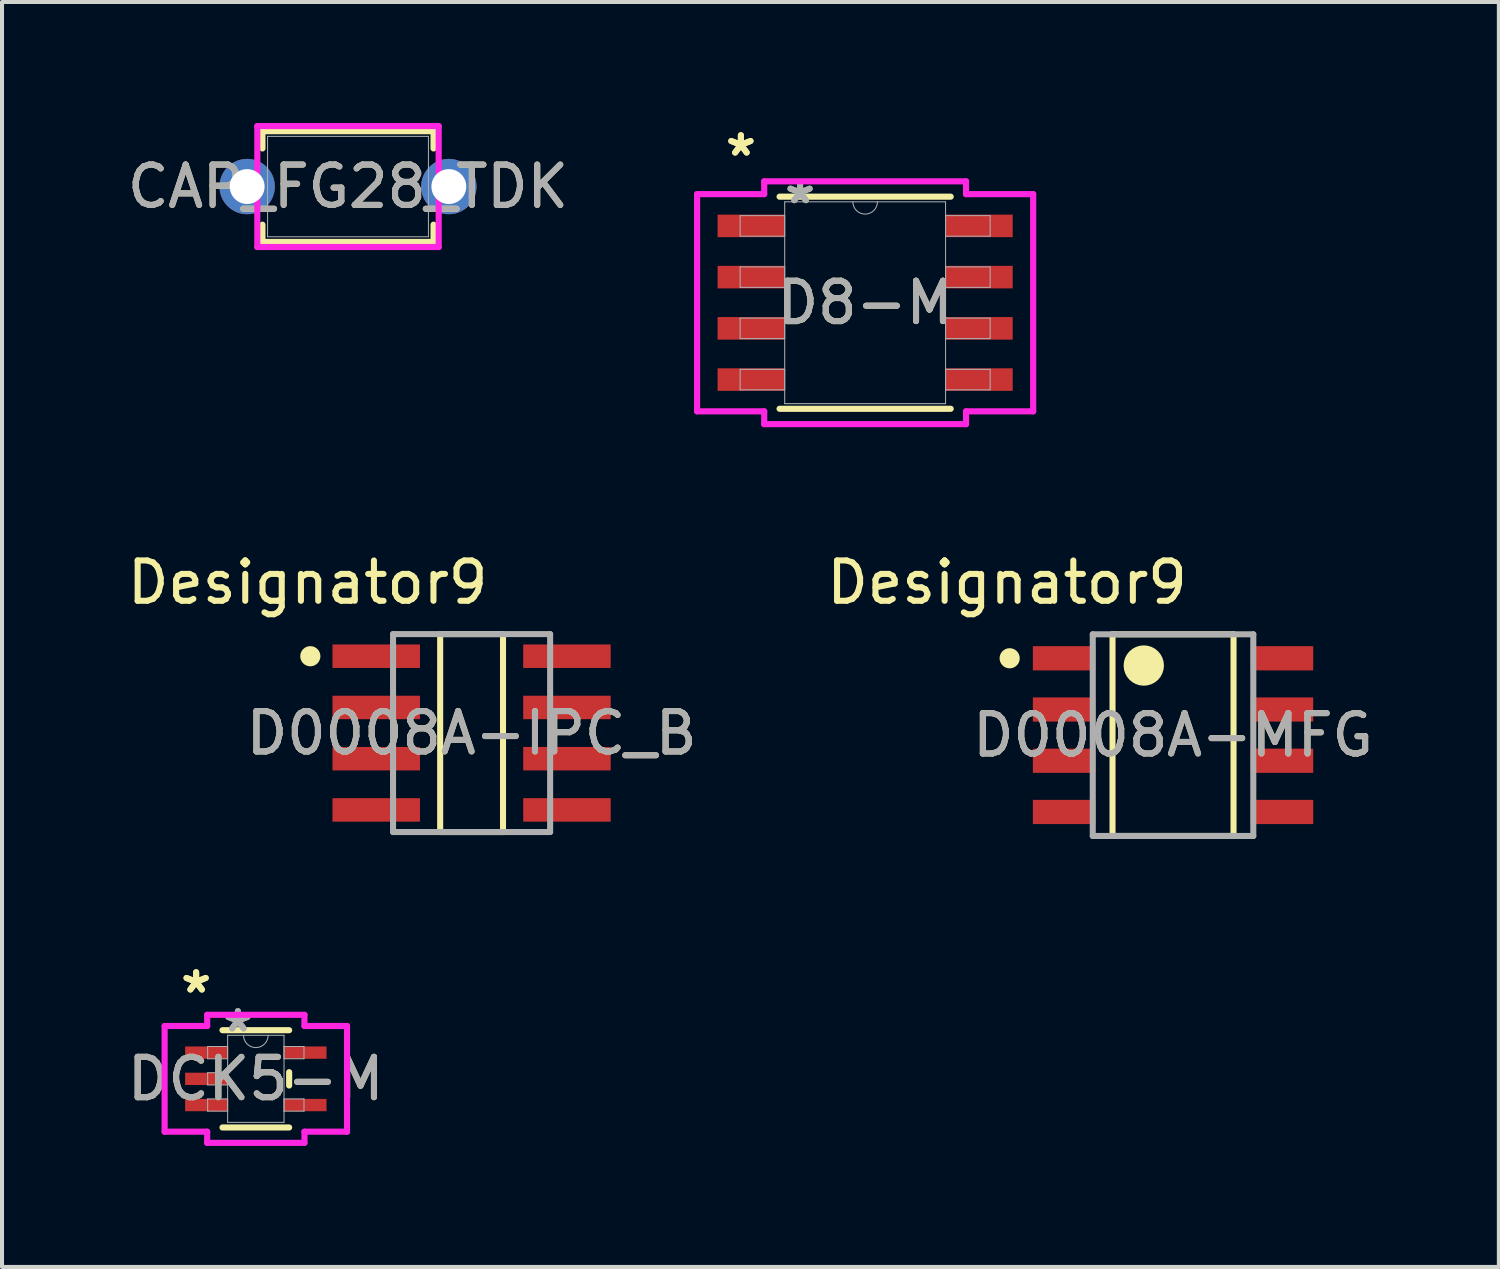
<source format=kicad_pcb>
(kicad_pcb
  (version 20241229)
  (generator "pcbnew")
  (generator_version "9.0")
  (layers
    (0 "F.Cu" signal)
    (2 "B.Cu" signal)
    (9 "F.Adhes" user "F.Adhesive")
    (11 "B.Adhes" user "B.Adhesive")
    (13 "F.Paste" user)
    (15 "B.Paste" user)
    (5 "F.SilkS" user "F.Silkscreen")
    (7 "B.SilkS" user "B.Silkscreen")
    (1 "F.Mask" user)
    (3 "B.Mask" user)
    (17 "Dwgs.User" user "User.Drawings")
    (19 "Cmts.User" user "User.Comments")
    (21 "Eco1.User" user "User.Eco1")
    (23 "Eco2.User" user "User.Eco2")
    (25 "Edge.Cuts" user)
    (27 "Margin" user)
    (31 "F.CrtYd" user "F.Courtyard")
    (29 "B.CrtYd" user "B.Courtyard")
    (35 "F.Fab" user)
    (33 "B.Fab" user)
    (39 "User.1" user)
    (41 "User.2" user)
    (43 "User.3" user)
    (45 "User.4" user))
  (footprint "DCK5-M"
    (layer "F.Cu")
    (at 3.292 23.695)
    (property "Reference" "DCK5-M" (at 0 0 0) (unlocked yes) (layer "F.SilkS") (effects (font (size 1 1) (thickness 0.15))))
    (attr smd)
    (fp_line (start -0.826 1.206) (end 0.826 1.206) (stroke (width 0.152) (type solid)) (layer "F.SilkS"))
    (fp_line (start 0.826 -1.206) (end -0.826 -1.206) (stroke (width 0.152) (type solid)) (layer "F.SilkS"))
    (fp_line (start 0.826 0.165) (end 0.826 -0.165) (stroke (width 0.152) (type solid)) (layer "F.SilkS"))
    (fp_line (start -2.261 -1.31) (end -1.206 -1.31) (stroke (width 0.152) (type solid)) (layer "F.CrtYd"))
    (fp_line (start -2.261 1.31) (end -2.261 -1.31) (stroke (width 0.152) (type solid)) (layer "F.CrtYd"))
    (fp_line (start -1.206 -1.587) (end 1.206 -1.587) (stroke (width 0.152) (type solid)) (layer "F.CrtYd"))
    (fp_line (start -1.206 -1.31) (end -1.206 -1.587) (stroke (width 0.152) (type solid)) (layer "F.CrtYd"))
    (fp_line (start -1.206 1.31) (end -2.261 1.31) (stroke (width 0.152) (type solid)) (layer "F.CrtYd"))
    (fp_line (start -1.206 1.587) (end -1.206 1.31) (stroke (width 0.152) (type solid)) (layer "F.CrtYd"))
    (fp_line (start 1.206 -1.587) (end 1.206 -1.31) (stroke (width 0.152) (type solid)) (layer "F.CrtYd"))
    (fp_line (start 1.206 -1.31) (end 2.261 -1.31) (stroke (width 0.152) (type solid)) (layer "F.CrtYd"))
    (fp_line (start 1.206 1.31) (end 1.206 1.587) (stroke (width 0.152) (type solid)) (layer "F.CrtYd"))
    (fp_line (start 1.206 1.587) (end -1.206 1.587) (stroke (width 0.152) (type solid)) (layer "F.CrtYd"))
    (fp_line (start 2.261 -1.31) (end 2.261 1.31) (stroke (width 0.152) (type solid)) (layer "F.CrtYd"))
    (fp_line (start 2.261 1.31) (end 1.206 1.31) (stroke (width 0.152) (type solid)) (layer "F.CrtYd"))
    (fp_line (start -1.194 -0.802) (end -1.194 -0.498) (stroke (width 0.025) (type solid)) (layer "F.Fab"))
    (fp_line (start -1.194 -0.498) (end -0.699 -0.498) (stroke (width 0.025) (type solid)) (layer "F.Fab"))
    (fp_line (start -1.194 -0.152) (end -1.194 0.152) (stroke (width 0.025) (type solid)) (layer "F.Fab"))
    (fp_line (start -1.194 0.152) (end -0.699 0.152) (stroke (width 0.025) (type solid)) (layer "F.Fab"))
    (fp_line (start -1.194 0.498) (end -1.194 0.802) (stroke (width 0.025) (type solid)) (layer "F.Fab"))
    (fp_line (start -1.194 0.802) (end -0.699 0.802) (stroke (width 0.025) (type solid)) (layer "F.Fab"))
    (fp_line (start -0.699 -1.079) (end -0.699 1.079) (stroke (width 0.025) (type solid)) (layer "F.Fab"))
    (fp_line (start -0.699 -0.802) (end -1.194 -0.802) (stroke (width 0.025) (type solid)) (layer "F.Fab"))
    (fp_line (start -0.699 -0.498) (end -0.699 -0.802) (stroke (width 0.025) (type solid)) (layer "F.Fab"))
    (fp_line (start -0.699 -0.152) (end -1.194 -0.152) (stroke (width 0.025) (type solid)) (layer "F.Fab"))
    (fp_line (start -0.699 0.152) (end -0.699 -0.152) (stroke (width 0.025) (type solid)) (layer "F.Fab"))
    (fp_line (start -0.699 0.498) (end -1.194 0.498) (stroke (width 0.025) (type solid)) (layer "F.Fab"))
    (fp_line (start -0.699 0.802) (end -0.699 0.498) (stroke (width 0.025) (type solid)) (layer "F.Fab"))
    (fp_line (start -0.699 1.079) (end 0.699 1.079) (stroke (width 0.025) (type solid)) (layer "F.Fab"))
    (fp_line (start 0.699 -1.079) (end -0.699 -1.079) (stroke (width 0.025) (type solid)) (layer "F.Fab"))
    (fp_line (start 0.699 -0.802) (end 0.699 -0.498) (stroke (width 0.025) (type solid)) (layer "F.Fab"))
    (fp_line (start 0.699 -0.498) (end 1.194 -0.498) (stroke (width 0.025) (type solid)) (layer "F.Fab"))
    (fp_line (start 0.699 0.498) (end 0.699 0.802) (stroke (width 0.025) (type solid)) (layer "F.Fab"))
    (fp_line (start 0.699 0.802) (end 1.194 0.802) (stroke (width 0.025) (type solid)) (layer "F.Fab"))
    (fp_line (start 0.699 1.079) (end 0.699 -1.079) (stroke (width 0.025) (type solid)) (layer "F.Fab"))
    (fp_line (start 1.194 -0.802) (end 0.699 -0.802) (stroke (width 0.025) (type solid)) (layer "F.Fab"))
    (fp_line (start 1.194 -0.498) (end 1.194 -0.802) (stroke (width 0.025) (type solid)) (layer "F.Fab"))
    (fp_line (start 1.194 0.498) (end 0.699 0.498) (stroke (width 0.025) (type solid)) (layer "F.Fab"))
    (fp_line (start 1.194 0.802) (end 1.194 0.498) (stroke (width 0.025) (type solid)) (layer "F.Fab"))
    (fp_arc (start 0.3048 -1.0795) (mid 0 -0.7747) (end -0.3048 -1.0795) (stroke (width 0.0254) (type solid)) (layer "F.Fab"))
    (fp_text user "*" (at -1.48 -2.098 0) (unlocked yes) (layer "F.SilkS") (effects (font (size 1 1) (thickness 0.15))))
    (fp_text user "*" (at -1.48 -2.098 0) (layer "F.SilkS") (effects (font (size 1 1) (thickness 0.15))))
    (fp_text user "*" (at -0.445 -1.133 0) (unlocked yes) (layer "F.Fab") (effects (font (size 1 1) (thickness 0.15))))
    (fp_text user "*" (at -0.445 -1.133 0) (layer "F.Fab") (effects (font (size 1 1) (thickness 0.15))))
    (fp_text user "${REFERENCE}" (at 0 0 0) (unlocked yes) (layer "F.Fab") (effects (font (size 1 1) (thickness 0.15))))
    (pad "1" smd rect (at -1.226 -0.65) (size 1.054 0.305) (layers "F.Cu" "F.Mask" "F.Paste"))
    (pad "2" smd rect (at -1.226 0) (size 1.054 0.305) (layers "F.Cu" "F.Mask" "F.Paste"))
    (pad "3" smd rect (at -1.226 0.65) (size 1.054 0.305) (layers "F.Cu" "F.Mask" "F.Paste"))
    (pad "4" smd rect (at 1.226 0.65) (size 1.054 0.305) (layers "F.Cu" "F.Mask" "F.Paste"))
    (pad "5" smd rect (at 1.226 -0.65) (size 1.054 0.305) (layers "F.Cu" "F.Mask" "F.Paste")))
  (footprint "D0008A-IPC_B"
    (layer "F.Cu")
    (at 8.641 15.123)
    (property "Reference" "D0008A-IPC_B" (at 0 0 0) (unlocked yes) (layer "F.SilkS") (effects (font (size 1 1) (thickness 0.15))))
    (attr smd)
    (fp_line (start -0.779 -2.453) (end 0.779 -2.453) (stroke (width 0.15) (type solid)) (layer "F.SilkS"))
    (fp_line (start -0.779 2.453) (end -0.779 -2.453) (stroke (width 0.15) (type solid)) (layer "F.SilkS"))
    (fp_line (start -0.779 2.453) (end 0.779 2.453) (stroke (width 0.15) (type solid)) (layer "F.SilkS"))
    (fp_line (start 0.779 2.453) (end 0.779 -2.453) (stroke (width 0.15) (type solid)) (layer "F.SilkS"))
    (fp_circle (center -3.998 -1.905) (end -3.873 -1.905) (stroke (width 0.25) (type solid)) (fill no) (layer "F.SilkS"))
    (fp_line (start -1.947 -2.453) (end 1.947 -2.453) (stroke (width 0.15) (type solid)) (layer "F.Fab"))
    (fp_line (start -1.947 2.453) (end -1.947 -2.453) (stroke (width 0.15) (type solid)) (layer "F.Fab"))
    (fp_line (start -1.947 2.453) (end 1.947 2.453) (stroke (width 0.15) (type solid)) (layer "F.Fab"))
    (fp_line (start 1.947 2.453) (end 1.947 -2.453) (stroke (width 0.15) (type solid)) (layer "F.Fab"))
    (fp_text user "Designator9" (at -4.064 -3.734 0) (unlocked yes) (layer "F.SilkS") (effects (font (size 1 1) (thickness 0.15))))
    (fp_text user "${REFERENCE}" (at 0 0 0) (unlocked yes) (layer "F.Fab") (effects (font (size 1 1) (thickness 0.15))))
    (pad "1" smd rect (at -2.364 -1.905) (size 2.169 0.582) (layers "F.Cu" "F.Mask" "F.Paste"))
    (pad "2" smd rect (at -2.364 -0.635) (size 2.169 0.582) (layers "F.Cu" "F.Mask" "F.Paste"))
    (pad "3" smd rect (at -2.364 0.635) (size 2.169 0.582) (layers "F.Cu" "F.Mask" "F.Paste"))
    (pad "4" smd rect (at -2.364 1.905) (size 2.169 0.582) (layers "F.Cu" "F.Mask" "F.Paste"))
    (pad "5" smd rect (at 2.364 1.905) (size 2.169 0.582) (layers "F.Cu" "F.Mask" "F.Paste"))
    (pad "6" smd rect (at 2.364 0.635) (size 2.169 0.582) (layers "F.Cu" "F.Mask" "F.Paste"))
    (pad "7" smd rect (at 2.364 -0.635) (size 2.169 0.582) (layers "F.Cu" "F.Mask" "F.Paste"))
    (pad "8" smd rect (at 2.364 -1.905) (size 2.169 0.582) (layers "F.Cu" "F.Mask" "F.Paste")))
  (footprint "D0008A-MFG"
    (layer "F.Cu")
    (at 26.03 15.174)
    (property "Reference" "D0008A-MFG" (at 0 0 0) (unlocked yes) (layer "F.SilkS") (effects (font (size 1 1) (thickness 0.15))))
    (attr smd)
    (fp_line (start -1.5 -2.5) (end 1.5 -2.5) (stroke (width 0.15) (type solid)) (layer "F.SilkS"))
    (fp_line (start -1.5 2.5) (end -1.5 -2.5) (stroke (width 0.15) (type solid)) (layer "F.SilkS"))
    (fp_line (start -1.5 2.5) (end 1.5 2.5) (stroke (width 0.15) (type solid)) (layer "F.SilkS"))
    (fp_line (start 1.5 2.5) (end 1.5 -2.5) (stroke (width 0.15) (type solid)) (layer "F.SilkS"))
    (fp_circle (center -4.05 -1.905) (end -3.925 -1.905) (stroke (width 0.25) (type solid)) (fill no) (layer "F.SilkS"))
    (fp_circle (center -0.725 -1.725) (end -0.475 -1.725) (stroke (width 0.5) (type solid)) (fill no) (layer "F.SilkS"))
    (fp_line (start -1.99 -2.5) (end 1.99 -2.5) (stroke (width 0.15) (type solid)) (layer "F.Fab"))
    (fp_line (start -1.99 2.5) (end -1.99 -2.5) (stroke (width 0.15) (type solid)) (layer "F.Fab"))
    (fp_line (start -1.99 2.5) (end 1.99 2.5) (stroke (width 0.15) (type solid)) (layer "F.Fab"))
    (fp_line (start 1.99 2.5) (end 1.99 -2.5) (stroke (width 0.15) (type solid)) (layer "F.Fab"))
    (fp_text user "Designator9" (at -4.115 -3.785 0) (unlocked yes) (layer "F.SilkS") (effects (font (size 1 1) (thickness 0.15))))
    (fp_text user "${REFERENCE}" (at 0 0 0) (unlocked yes) (layer "F.Fab") (effects (font (size 1 1) (thickness 0.15))))
    (pad "1" smd rect (at -2.7 -1.905) (size 1.55 0.6) (layers "F.Cu" "F.Mask" "F.Paste"))
    (pad "2" smd rect (at -2.7 -0.635) (size 1.55 0.6) (layers "F.Cu" "F.Mask" "F.Paste"))
    (pad "3" smd rect (at -2.7 0.635) (size 1.55 0.6) (layers "F.Cu" "F.Mask" "F.Paste"))
    (pad "4" smd rect (at -2.7 1.905) (size 1.55 0.6) (layers "F.Cu" "F.Mask" "F.Paste"))
    (pad "5" smd rect (at 2.7 1.905) (size 1.55 0.6) (layers "F.Cu" "F.Mask" "F.Paste"))
    (pad "6" smd rect (at 2.7 0.635) (size 1.55 0.6) (layers "F.Cu" "F.Mask" "F.Paste"))
    (pad "7" smd rect (at 2.7 -0.635) (size 1.55 0.6) (layers "F.Cu" "F.Mask" "F.Paste"))
    (pad "8" smd rect (at 2.7 -1.905) (size 1.55 0.6) (layers "F.Cu" "F.Mask" "F.Paste")))
  (footprint "D8-M"
    (layer "F.Cu")
    (at 18.397 4.455)
    (property "Reference" "D8-M" (at 0 0 0) (unlocked yes) (layer "F.SilkS") (effects (font (size 1 1) (thickness 0.15))))
    (attr smd)
    (fp_line (start -2.121 2.629) (end 2.121 2.629) (stroke (width 0.152) (type solid)) (layer "F.SilkS"))
    (fp_line (start 2.121 -2.629) (end -2.121 -2.629) (stroke (width 0.152) (type solid)) (layer "F.SilkS"))
    (fp_line (start -4.166 -2.692) (end -2.502 -2.692) (stroke (width 0.152) (type solid)) (layer "F.CrtYd"))
    (fp_line (start -4.166 2.692) (end -4.166 -2.692) (stroke (width 0.152) (type solid)) (layer "F.CrtYd"))
    (fp_line (start -4.166 2.692) (end -2.502 2.692) (stroke (width 0.152) (type solid)) (layer "F.CrtYd"))
    (fp_line (start -2.502 -3.01) (end 2.502 -3.01) (stroke (width 0.152) (type solid)) (layer "F.CrtYd"))
    (fp_line (start -2.502 -2.692) (end -2.502 -3.01) (stroke (width 0.152) (type solid)) (layer "F.CrtYd"))
    (fp_line (start -2.502 3.01) (end -2.502 2.692) (stroke (width 0.152) (type solid)) (layer "F.CrtYd"))
    (fp_line (start 2.502 -3.01) (end 2.502 -2.692) (stroke (width 0.152) (type solid)) (layer "F.CrtYd"))
    (fp_line (start 2.502 2.692) (end 2.502 3.01) (stroke (width 0.152) (type solid)) (layer "F.CrtYd"))
    (fp_line (start 2.502 3.01) (end -2.502 3.01) (stroke (width 0.152) (type solid)) (layer "F.CrtYd"))
    (fp_line (start 4.166 -2.692) (end 2.502 -2.692) (stroke (width 0.152) (type solid)) (layer "F.CrtYd"))
    (fp_line (start 4.166 -2.692) (end 4.166 2.692) (stroke (width 0.152) (type solid)) (layer "F.CrtYd"))
    (fp_line (start 4.166 2.692) (end 2.502 2.692) (stroke (width 0.152) (type solid)) (layer "F.CrtYd"))
    (fp_line (start -3.099 -2.159) (end -3.099 -1.651) (stroke (width 0.025) (type solid)) (layer "F.Fab"))
    (fp_line (start -3.099 -1.651) (end -1.994 -1.651) (stroke (width 0.025) (type solid)) (layer "F.Fab"))
    (fp_line (start -3.099 -0.889) (end -3.099 -0.381) (stroke (width 0.025) (type solid)) (layer "F.Fab"))
    (fp_line (start -3.099 -0.381) (end -1.994 -0.381) (stroke (width 0.025) (type solid)) (layer "F.Fab"))
    (fp_line (start -3.099 0.381) (end -3.099 0.889) (stroke (width 0.025) (type solid)) (layer "F.Fab"))
    (fp_line (start -3.099 0.889) (end -1.994 0.889) (stroke (width 0.025) (type solid)) (layer "F.Fab"))
    (fp_line (start -3.099 1.651) (end -3.099 2.159) (stroke (width 0.025) (type solid)) (layer "F.Fab"))
    (fp_line (start -3.099 2.159) (end -1.994 2.159) (stroke (width 0.025) (type solid)) (layer "F.Fab"))
    (fp_line (start -1.994 -2.502) (end -1.994 2.502) (stroke (width 0.025) (type solid)) (layer "F.Fab"))
    (fp_line (start -1.994 -2.159) (end -3.099 -2.159) (stroke (width 0.025) (type solid)) (layer "F.Fab"))
    (fp_line (start -1.994 -1.651) (end -1.994 -2.159) (stroke (width 0.025) (type solid)) (layer "F.Fab"))
    (fp_line (start -1.994 -0.889) (end -3.099 -0.889) (stroke (width 0.025) (type solid)) (layer "F.Fab"))
    (fp_line (start -1.994 -0.381) (end -1.994 -0.889) (stroke (width 0.025) (type solid)) (layer "F.Fab"))
    (fp_line (start -1.994 0.381) (end -3.099 0.381) (stroke (width 0.025) (type solid)) (layer "F.Fab"))
    (fp_line (start -1.994 0.889) (end -1.994 0.381) (stroke (width 0.025) (type solid)) (layer "F.Fab"))
    (fp_line (start -1.994 1.651) (end -3.099 1.651) (stroke (width 0.025) (type solid)) (layer "F.Fab"))
    (fp_line (start -1.994 2.159) (end -1.994 1.651) (stroke (width 0.025) (type solid)) (layer "F.Fab"))
    (fp_line (start -1.994 2.502) (end 1.994 2.502) (stroke (width 0.025) (type solid)) (layer "F.Fab"))
    (fp_line (start 1.994 -2.502) (end -1.994 -2.502) (stroke (width 0.025) (type solid)) (layer "F.Fab"))
    (fp_line (start 1.994 -2.159) (end 1.994 -1.651) (stroke (width 0.025) (type solid)) (layer "F.Fab"))
    (fp_line (start 1.994 -1.651) (end 3.099 -1.651) (stroke (width 0.025) (type solid)) (layer "F.Fab"))
    (fp_line (start 1.994 -0.889) (end 1.994 -0.381) (stroke (width 0.025) (type solid)) (layer "F.Fab"))
    (fp_line (start 1.994 -0.381) (end 3.099 -0.381) (stroke (width 0.025) (type solid)) (layer "F.Fab"))
    (fp_line (start 1.994 0.381) (end 1.994 0.889) (stroke (width 0.025) (type solid)) (layer "F.Fab"))
    (fp_line (start 1.994 0.889) (end 3.099 0.889) (stroke (width 0.025) (type solid)) (layer "F.Fab"))
    (fp_line (start 1.994 1.651) (end 1.994 2.159) (stroke (width 0.025) (type solid)) (layer "F.Fab"))
    (fp_line (start 1.994 2.159) (end 3.099 2.159) (stroke (width 0.025) (type solid)) (layer "F.Fab"))
    (fp_line (start 1.994 2.502) (end 1.994 -2.502) (stroke (width 0.025) (type solid)) (layer "F.Fab"))
    (fp_line (start 3.099 -2.159) (end 1.994 -2.159) (stroke (width 0.025) (type solid)) (layer "F.Fab"))
    (fp_line (start 3.099 -1.651) (end 3.099 -2.159) (stroke (width 0.025) (type solid)) (layer "F.Fab"))
    (fp_line (start 3.099 -0.889) (end 1.994 -0.889) (stroke (width 0.025) (type solid)) (layer "F.Fab"))
    (fp_line (start 3.099 -0.381) (end 3.099 -0.889) (stroke (width 0.025) (type solid)) (layer "F.Fab"))
    (fp_line (start 3.099 0.381) (end 1.994 0.381) (stroke (width 0.025) (type solid)) (layer "F.Fab"))
    (fp_line (start 3.099 0.889) (end 3.099 0.381) (stroke (width 0.025) (type solid)) (layer "F.Fab"))
    (fp_line (start 3.099 1.651) (end 1.994 1.651) (stroke (width 0.025) (type solid)) (layer "F.Fab"))
    (fp_line (start 3.099 2.159) (end 3.099 1.651) (stroke (width 0.025) (type solid)) (layer "F.Fab"))
    (fp_arc (start 0.3048 -2.5019) (mid 0 -2.1971) (end -0.3048 -2.5019) (stroke (width 0.0254) (type solid)) (layer "F.Fab"))
    (fp_text user "*" (at -3.08 -3.607 0) (unlocked yes) (layer "F.SilkS") (effects (font (size 1 1) (thickness 0.15))))
    (fp_text user "*" (at -3.08 -3.607 0) (layer "F.SilkS") (effects (font (size 1 1) (thickness 0.15))))
    (fp_text user "${REFERENCE}" (at 0 0 0) (unlocked yes) (layer "F.Fab") (effects (font (size 1 1) (thickness 0.15))))
    (fp_text user "*" (at -1.613 -2.426 0) (unlocked yes) (layer "F.Fab") (effects (font (size 1 1) (thickness 0.15))))
    (fp_text user "*" (at -1.613 -2.426 0) (layer "F.Fab") (effects (font (size 1 1) (thickness 0.15))))
    (pad "1" smd rect (at -2.826 -1.905) (size 1.664 0.559) (layers "F.Cu" "F.Mask" "F.Paste"))
    (pad "2" smd rect (at -2.826 -0.635) (size 1.664 0.559) (layers "F.Cu" "F.Mask" "F.Paste"))
    (pad "3" smd rect (at -2.826 0.635) (size 1.664 0.559) (layers "F.Cu" "F.Mask" "F.Paste"))
    (pad "4" smd rect (at -2.826 1.905) (size 1.664 0.559) (layers "F.Cu" "F.Mask" "F.Paste"))
    (pad "5" smd rect (at 2.826 1.905) (size 1.664 0.559) (layers "F.Cu" "F.Mask" "F.Paste"))
    (pad "6" smd rect (at 2.826 0.635) (size 1.664 0.559) (layers "F.Cu" "F.Mask" "F.Paste"))
    (pad "7" smd rect (at 2.826 -0.635) (size 1.664 0.559) (layers "F.Cu" "F.Mask" "F.Paste"))
    (pad "8" smd rect (at 2.826 -1.905) (size 1.664 0.559) (layers "F.Cu" "F.Mask" "F.Paste")))
  (footprint "CAP_FG28_TDK"
    (layer "F.Cu")
    (at 3.077 1.575)
    (property "Reference" "CAP_FG28_TDK" (at 2.5 0 0) (unlocked yes) (layer "F.SilkS") (effects (font (size 1 1) (thickness 0.15))))
    (attr through_hole)
    (fp_line (start 0.379 -1.372) (end 0.379 -0.945) (stroke (width 0.152) (type solid)) (layer "F.SilkS"))
    (fp_line (start 0.379 0.945) (end 0.379 1.372) (stroke (width 0.152) (type solid)) (layer "F.SilkS"))
    (fp_line (start 4.621 -1.372) (end 0.379 -1.372) (stroke (width 0.152) (type solid)) (layer "F.SilkS"))
    (fp_line (start 4.621 -1.372) (end 4.621 -0.945) (stroke (width 0.152) (type solid)) (layer "F.SilkS"))
    (fp_line (start 4.621 0.945) (end 4.621 1.372) (stroke (width 0.152) (type solid)) (layer "F.SilkS"))
    (fp_line (start 4.621 1.372) (end 0.379 1.372) (stroke (width 0.152) (type solid)) (layer "F.SilkS"))
    (fp_line (start 0.252 -1.499) (end 4.748 -1.499) (stroke (width 0.152) (type solid)) (layer "F.CrtYd"))
    (fp_line (start 0.252 1.499) (end 0.252 -1.499) (stroke (width 0.152) (type solid)) (layer "F.CrtYd"))
    (fp_line (start 4.748 -1.499) (end 4.748 1.499) (stroke (width 0.152) (type solid)) (layer "F.CrtYd"))
    (fp_line (start 4.748 1.499) (end 0.252 1.499) (stroke (width 0.152) (type solid)) (layer "F.CrtYd"))
    (fp_line (start 0.506 -1.245) (end 0.506 1.245) (stroke (width 0.025) (type solid)) (layer "F.Fab"))
    (fp_line (start 4.494 -1.245) (end 0.506 -1.245) (stroke (width 0.025) (type solid)) (layer "F.Fab"))
    (fp_line (start 4.494 -1.245) (end 4.494 1.245) (stroke (width 0.025) (type solid)) (layer "F.Fab"))
    (fp_line (start 4.494 1.245) (end 0.506 1.245) (stroke (width 0.025) (type solid)) (layer "F.Fab"))
    (fp_circle (center 1.014 0) (end 1.014 0) (stroke (width 0.025) (type solid)) (fill no) (layer "F.Fab"))
    (fp_text user "${REFERENCE}" (at 2.5 0 0) (unlocked yes) (layer "F.Fab") (effects (font (size 1 1) (thickness 0.15))))
    (pad "1" thru_hole circle (at 0 0) (size 1.372 1.372) (drill 0.864) (layers "*.Cu" "*.Mask"))
    (pad "2" thru_hole circle (at 5 0) (size 1.372 1.372) (drill 0.864) (layers "*.Cu" "*.Mask")))
  (gr_rect
    (start -3 -3)
    (end 34.107 28.359)
    (stroke (width 0.1) (type default))
    (fill no)
    (layer "Edge.Cuts")))
</source>
